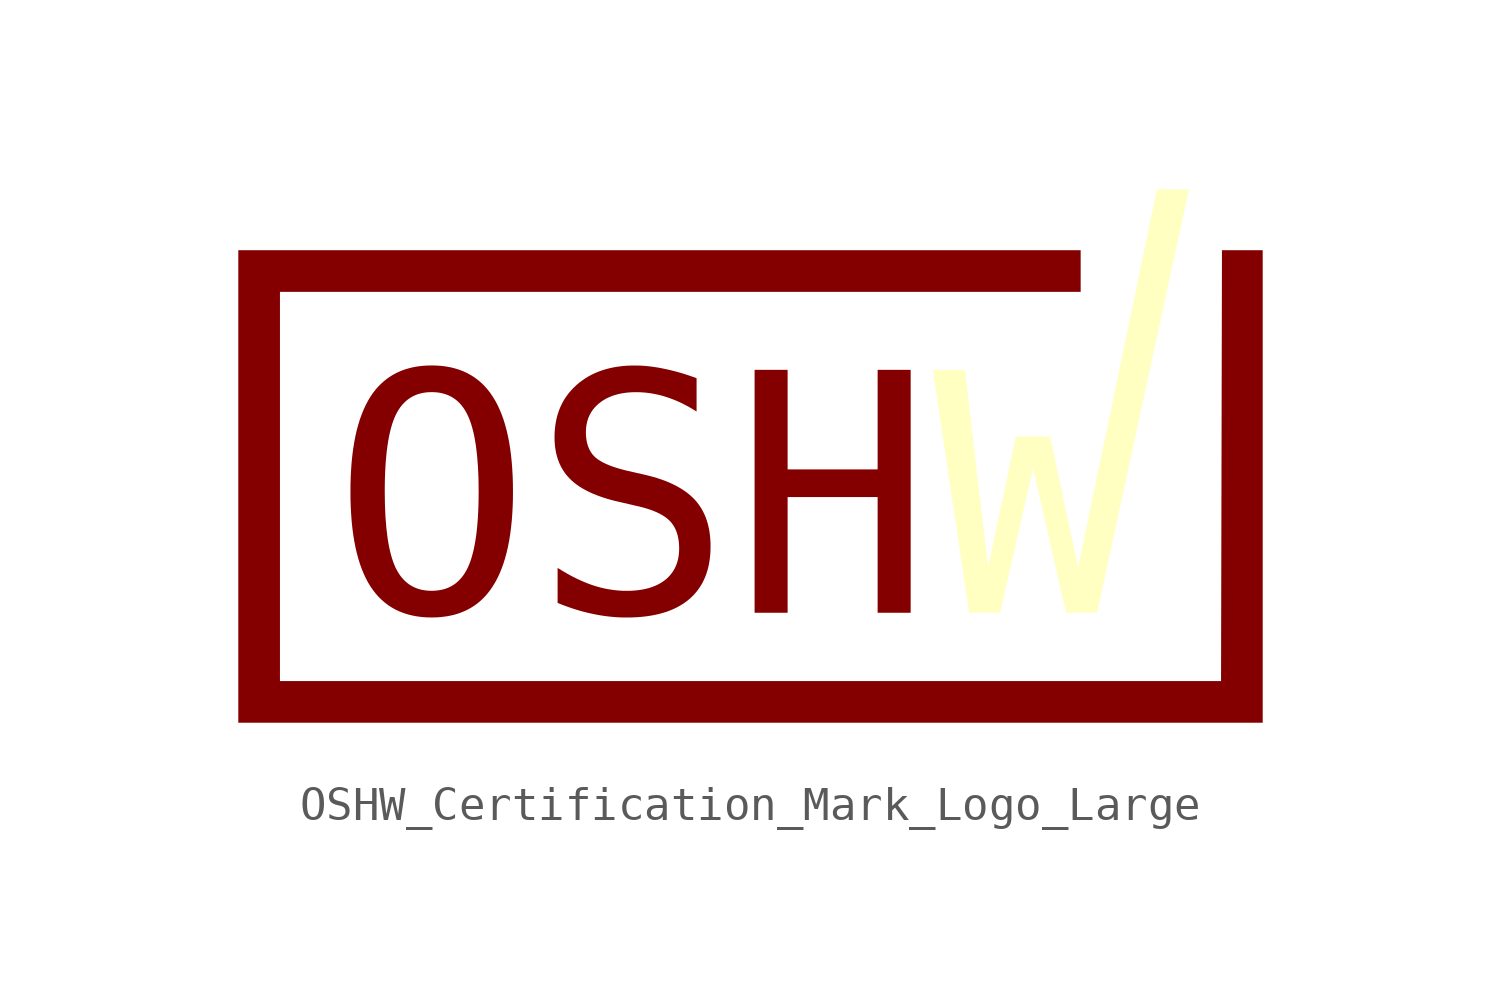
<source format=kicad_sym>
(kicad_symbol_lib
  (version 20220914)
  (generator kicad_symbol_editor)
  (symbol "OSHW_Certification_Mark_Logo_Large"
    (property "Reference" "LOGO"
      (at 0 0 0)
      (effects (font (size 1.27 1.27)) hide))
    (symbol "OSHW_Certification_Mark_Logo_Large_0_1"
      (polyline (pts (xy -6.956 -1.072) (xy -6.956 -1.072) (xy -6.956 -1.072)) (stroke (width -0.0001) (type default)) (fill (type background)))
      (polyline (pts (xy -1.579 2.248) (xy -1.579 2.248) (xy -1.579 2.248)) (stroke (width -0.0001) (type default)) (fill (type background)))
      (polyline (pts (xy 10.152 -4.622) (xy 9.242 -4.622) (xy 8.274 -0.396) (xy 7.312 -4.622) (xy 6.402 -4.622) (xy 5.339 2.492) (xy 6.278 2.492) (xy 6.959 -3.283) (xy 7.769 0.538) (xy 8.775 0.538) (xy 9.594 -3.293) (xy 11.902 7.778) (xy 12.841 7.778)) (stroke (width -0.0001) (type default)) (fill (type background))))
    (symbol "OSHW_Certification_Mark_Logo_Large_1_1"
      (polyline (pts (xy 15 -7.843) (xy -15 -7.843) (xy -15 5.995) (xy -15 5.995) (xy 9.669 5.995) (xy 9.669 4.775) (xy -13.78 4.775) (xy -13.78 -6.623) (xy 13.78 -6.623) (xy 13.807 5.995) (xy 15 5.995)) (stroke (width -0.0001) (type default)) (fill (type outline)))
      (polyline (pts (xy 1.087 -0.424) (xy 3.723 -0.424) (xy 3.723 2.492) (xy 4.69 2.492) (xy 4.69 -4.622) (xy 3.723 -4.622) (xy 3.723 -1.234) (xy 1.087 -1.234) (xy 1.087 -4.622) (xy 0.12 -4.622) (xy 0.12 2.492) (xy 1.087 2.492)) (stroke (width -0.0001) (type default)) (fill (type outline)))
      (polyline (pts (xy -9.19 2.617) (xy -9.047 2.607) (xy -8.908 2.589) (xy -8.774 2.564) (xy -8.645 2.531) (xy -8.521 2.492) (xy -8.402 2.446) (xy -8.288 2.392) (xy -8.178 2.331) (xy -8.073 2.263) (xy -7.973 2.188) (xy -7.878 2.106) (xy -7.788 2.017) (xy -7.703 1.92) (xy -7.622 1.817) (xy -7.547 1.706) (xy -7.475 1.588) (xy -7.408 1.462) (xy -7.346 1.329) (xy -7.288 1.189) (xy -7.235 1.042) (xy -7.187 0.886) (xy -7.143 0.724) (xy -7.104 0.554) (xy -7.069 0.377) (xy -7.039 0.192) (xy -7.014 -0.0003) (xy -6.993 -0.2) (xy -6.977 -0.407) (xy -6.965 -0.621) (xy -6.958 -0.843) (xy -6.956 -1.072) (xy -6.958 -1.301) (xy -6.965 -1.522) (xy -6.977 -1.736) (xy -6.993 -1.942) (xy -7.014 -2.141) (xy -7.039 -2.333) (xy -7.069 -2.518) (xy -7.104 -2.695) (xy -7.143 -2.864) (xy -7.187 -3.026) (xy -7.235 -3.181) (xy -7.288 -3.329) (xy -7.346 -3.469) (xy -7.408 -3.602) (xy -7.475 -3.727) (xy -7.547 -3.845) (xy -7.584 -3.902) (xy -7.622 -3.956) (xy -7.662 -4.009) (xy -7.703 -4.06) (xy -7.745 -4.109) (xy -7.788 -4.156) (xy -7.833 -4.202) (xy -7.878 -4.246) (xy -7.925 -4.288) (xy -7.973 -4.328) (xy -8.023 -4.366) (xy -8.073 -4.403) (xy -8.125 -4.438) (xy -8.178 -4.471) (xy -8.232 -4.502) (xy -8.288 -4.532) (xy -8.344 -4.559) (xy -8.402 -4.585) (xy -8.461 -4.609) (xy -8.521 -4.632) (xy -8.583 -4.652) (xy -8.645 -4.671) (xy -8.709 -4.688) (xy -8.774 -4.703) (xy -8.841 -4.716) (xy -8.908 -4.728) (xy -9.047 -4.746) (xy -9.19 -4.757) (xy -9.338 -4.76) (xy -9.487 -4.757) (xy -9.63 -4.746) (xy -9.769 -4.728) (xy -9.902 -4.703) (xy -10.031 -4.671) (xy -10.155 -4.632) (xy -10.275 -4.586) (xy -10.389 -4.533) (xy -10.499 -4.472) (xy -10.603 -4.405) (xy -10.703 -4.33) (xy -10.798 -4.248) (xy -10.889 -4.159) (xy -10.974 -4.063) (xy -11.054 -3.96) (xy -11.13 -3.85) (xy -11.201 -3.733) (xy -11.267 -3.608) (xy -11.329 -3.475) (xy -11.386 -3.335) (xy -11.439 -3.188) (xy -11.487 -3.033) (xy -11.531 -2.87) (xy -11.57 -2.7) (xy -11.604 -2.523) (xy -11.634 -2.338) (xy -11.659 -2.146) (xy -11.68 -1.946) (xy -11.695 -1.739) (xy -11.707 -1.524) (xy -11.714 -1.302) (xy -11.716 -1.072) (xy -10.711 -1.072) (xy -10.706 -1.449) (xy -10.691 -1.798) (xy -10.666 -2.119) (xy -10.631 -2.412) (xy -10.61 -2.549) (xy -10.586 -2.678) (xy -10.56 -2.8) (xy -10.531 -2.915) (xy -10.5 -3.024) (xy -10.466 -3.125) (xy -10.43 -3.219) (xy -10.392 -3.307) (xy -10.349 -3.388) (xy -10.327 -3.427) (xy -10.304 -3.464) (xy -10.28 -3.5) (xy -10.256 -3.535) (xy -10.23 -3.569) (xy -10.204 -3.601) (xy -10.177 -3.632) (xy -10.149 -3.661) (xy -10.121 -3.689) (xy -10.091 -3.716) (xy -10.061 -3.742) (xy -10.03 -3.766) (xy -9.999 -3.789) (xy -9.966 -3.811) (xy -9.933 -3.831) (xy -9.899 -3.85) (xy -9.864 -3.868) (xy -9.828 -3.884) (xy -9.792 -3.899) (xy -9.755 -3.913) (xy -9.716 -3.926) (xy -9.678 -3.937) (xy -9.638 -3.947) (xy -9.598 -3.955) (xy -9.556 -3.962) (xy -9.514 -3.968) (xy -9.472 -3.973) (xy -9.428 -3.976) (xy -9.338 -3.979) (xy -9.248 -3.976) (xy -9.161 -3.968) (xy -9.078 -3.955) (xy -8.997 -3.937) (xy -8.92 -3.914) (xy -8.846 -3.885) (xy -8.776 -3.851) (xy -8.708 -3.812) (xy -8.644 -3.768) (xy -8.583 -3.718) (xy -8.525 -3.663) (xy -8.471 -3.603) (xy -8.42 -3.538) (xy -8.372 -3.468) (xy -8.327 -3.392) (xy -8.285 -3.312) (xy -8.246 -3.224) (xy -8.209 -3.13) (xy -8.175 -3.028) (xy -8.144 -2.92) (xy -8.114 -2.804) (xy -8.088 -2.682) (xy -8.064 -2.552) (xy -8.042 -2.416) (xy -8.023 -2.272) (xy -8.007 -2.122) (xy -7.993 -1.964) (xy -7.982 -1.8) (xy -7.973 -1.628) (xy -7.966 -1.45) (xy -7.963 -1.264) (xy -7.961 -1.072) (xy -7.966 -0.694) (xy -7.982 -0.344) (xy -8.007 -0.022) (xy -8.042 0.272) (xy -8.064 0.408) (xy -8.088 0.538) (xy -8.114 0.66) (xy -8.144 0.776) (xy -8.175 0.884) (xy -8.209 0.986) (xy -8.246 1.08) (xy -8.285 1.167) (xy -8.327 1.249) (xy -8.349 1.288) (xy -8.372 1.325) (xy -8.395 1.361) (xy -8.42 1.396) (xy -8.445 1.429) (xy -8.471 1.462) (xy -8.498 1.492) (xy -8.525 1.522) (xy -8.554 1.55) (xy -8.583 1.577) (xy -8.613 1.603) (xy -8.644 1.627) (xy -8.676 1.65) (xy -8.708 1.671) (xy -8.742 1.692) (xy -8.776 1.711) (xy -8.811 1.728) (xy -8.846 1.745) (xy -8.883 1.76) (xy -8.92 1.774) (xy -8.958 1.786) (xy -8.997 1.797) (xy -9.037 1.807) (xy -9.078 1.816) (xy -9.119 1.823) (xy -9.161 1.829) (xy -9.204 1.833) (xy -9.248 1.837) (xy -9.338 1.839) (xy -9.428 1.837) (xy -9.514 1.829) (xy -9.598 1.816) (xy -9.678 1.797) (xy -9.755 1.774) (xy -9.828 1.745) (xy -9.899 1.711) (xy -9.966 1.671) (xy -10.03 1.627) (xy -10.091 1.577) (xy -10.149 1.522) (xy -10.204 1.462) (xy -10.256 1.396) (xy -10.304 1.325) (xy -10.349 1.249) (xy -10.392 1.167) (xy -10.43 1.08) (xy -10.466 0.986) (xy -10.5 0.884) (xy -10.531 0.776) (xy -10.56 0.66) (xy -10.586 0.538) (xy -10.61 0.408) (xy -10.631 0.272) (xy -10.65 0.128) (xy -10.666 -0.022) (xy -10.68 -0.18) (xy -10.691 -0.344) (xy -10.7 -0.516) (xy -10.706 -0.694) (xy -10.71 -0.88) (xy -10.711 -1.072) (xy -11.716 -1.072) (xy -11.716 -1.072) (xy -11.714 -0.843) (xy -11.707 -0.621) (xy -11.695 -0.407) (xy -11.68 -0.2) (xy -11.659 -0.0003) (xy -11.634 0.192) (xy -11.604 0.377) (xy -11.57 0.554) (xy -11.531 0.724) (xy -11.487 0.886) (xy -11.439 1.042) (xy -11.386 1.189) (xy -11.329 1.329) (xy -11.267 1.462) (xy -11.201 1.588) (xy -11.13 1.706) (xy -11.092 1.762) (xy -11.054 1.817) (xy -11.014 1.869) (xy -10.973 1.92) (xy -10.931 1.97) (xy -10.887 2.017) (xy -10.842 2.062) (xy -10.796 2.106) (xy -10.749 2.148) (xy -10.701 2.188) (xy -10.652 2.227) (xy -10.601 2.263) (xy -10.549 2.298) (xy -10.496 2.331) (xy -10.442 2.363) (xy -10.387 2.392) (xy -10.33 2.42) (xy -10.272 2.446) (xy -10.213 2.47) (xy -10.153 2.492) (xy -10.092 2.513) (xy -10.029 2.531) (xy -9.966 2.548) (xy -9.901 2.564) (xy -9.767 2.589) (xy -9.629 2.607) (xy -9.486 2.617) (xy -9.338 2.621)) (stroke (width -0.0001) (type default)) (fill (type outline)))
      (polyline (pts (xy -3.292 2.618) (xy -3.187 2.614) (xy -3.082 2.606) (xy -2.974 2.596) (xy -2.866 2.582) (xy -2.756 2.566) (xy -2.645 2.547) (xy -2.533 2.524) (xy -2.419 2.5) (xy -2.303 2.473) (xy -2.186 2.443) (xy -2.068 2.41) (xy -1.948 2.374) (xy -1.827 2.335) (xy -1.704 2.293) (xy -1.579 2.248) (xy -1.579 1.271) (xy -1.689 1.339) (xy -1.799 1.403) (xy -1.909 1.462) (xy -2.019 1.518) (xy -2.129 1.569) (xy -2.24 1.615) (xy -2.35 1.657) (xy -2.461 1.695) (xy -2.571 1.729) (xy -2.681 1.758) (xy -2.791 1.782) (xy -2.902 1.802) (xy -3.013 1.818) (xy -3.124 1.829) (xy -3.236 1.836) (xy -3.347 1.838) (xy -3.431 1.837) (xy -3.513 1.833) (xy -3.593 1.827) (xy -3.67 1.818) (xy -3.745 1.807) (xy -3.818 1.793) (xy -3.889 1.777) (xy -3.957 1.758) (xy -4.023 1.737) (xy -4.087 1.713) (xy -4.149 1.687) (xy -4.209 1.659) (xy -4.266 1.627) (xy -4.321 1.594) (xy -4.374 1.558) (xy -4.424 1.519) (xy -4.472 1.479) (xy -4.517 1.437) (xy -4.559 1.393) (xy -4.597 1.348) (xy -4.633 1.3) (xy -4.665 1.252) (xy -4.694 1.201) (xy -4.721 1.148) (xy -4.744 1.094) (xy -4.764 1.038) (xy -4.781 0.981) (xy -4.795 0.921) (xy -4.806 0.86) (xy -4.814 0.797) (xy -4.818 0.732) (xy -4.82 0.666) (xy -4.819 0.608) (xy -4.816 0.551) (xy -4.811 0.497) (xy -4.804 0.444) (xy -4.795 0.393) (xy -4.784 0.344) (xy -4.77 0.296) (xy -4.755 0.25) (xy -4.738 0.206) (xy -4.719 0.164) (xy -4.698 0.123) (xy -4.675 0.084) (xy -4.65 0.047) (xy -4.623 0.012) (xy -4.593 -0.022) (xy -4.562 -0.054) (xy -4.528 -0.084) (xy -4.49 -0.114) (xy -4.448 -0.144) (xy -4.403 -0.172) (xy -4.355 -0.201) (xy -4.303 -0.228) (xy -4.247 -0.255) (xy -4.188 -0.281) (xy -4.126 -0.307) (xy -4.06 -0.332) (xy -3.99 -0.356) (xy -3.917 -0.38) (xy -3.841 -0.403) (xy -3.761 -0.425) (xy -3.677 -0.447) (xy -3.59 -0.468) (xy -3.085 -0.583) (xy -2.962 -0.613) (xy -2.844 -0.645) (xy -2.729 -0.679) (xy -2.619 -0.716) (xy -2.513 -0.754) (xy -2.411 -0.795) (xy -2.314 -0.838) (xy -2.22 -0.883) (xy -2.131 -0.93) (xy -2.047 -0.979) (xy -1.966 -1.03) (xy -1.89 -1.083) (xy -1.818 -1.138) (xy -1.75 -1.196) (xy -1.687 -1.255) (xy -1.627 -1.316) (xy -1.572 -1.38) (xy -1.52 -1.447) (xy -1.472 -1.517) (xy -1.427 -1.589) (xy -1.386 -1.664) (xy -1.348 -1.742) (xy -1.314 -1.823) (xy -1.284 -1.907) (xy -1.257 -1.994) (xy -1.234 -2.083) (xy -1.214 -2.175) (xy -1.198 -2.271) (xy -1.186 -2.369) (xy -1.177 -2.469) (xy -1.171 -2.573) (xy -1.17 -2.679) (xy -1.172 -2.804) (xy -1.179 -2.925) (xy -1.192 -3.043) (xy -1.209 -3.156) (xy -1.231 -3.267) (xy -1.258 -3.373) (xy -1.29 -3.475) (xy -1.327 -3.574) (xy -1.369 -3.669) (xy -1.415 -3.76) (xy -1.467 -3.847) (xy -1.524 -3.931) (xy -1.585 -4.011) (xy -1.651 -4.087) (xy -1.722 -4.159) (xy -1.799 -4.228) (xy -1.879 -4.292) (xy -1.965 -4.353) (xy -2.055 -4.409) (xy -2.149 -4.461) (xy -2.248 -4.509) (xy -2.351 -4.553) (xy -2.458 -4.593) (xy -2.571 -4.628) (xy -2.687 -4.659) (xy -2.808 -4.686) (xy -2.934 -4.709) (xy -3.064 -4.728) (xy -3.198 -4.743) (xy -3.337 -4.753) (xy -3.481 -4.759) (xy -3.628 -4.761) (xy -3.754 -4.76) (xy -3.879 -4.755) (xy -4.004 -4.746) (xy -4.13 -4.734) (xy -4.256 -4.719) (xy -4.382 -4.7) (xy -4.508 -4.678) (xy -4.634 -4.652) (xy -4.76 -4.624) (xy -4.887 -4.593) (xy -5.013 -4.558) (xy -5.14 -4.52) (xy -5.267 -4.478) (xy -5.394 -4.433) (xy -5.521 -4.385) (xy -5.649 -4.333) (xy -5.649 -3.308) (xy -5.513 -3.392) (xy -5.379 -3.47) (xy -5.247 -3.543) (xy -5.116 -3.61) (xy -4.988 -3.67) (xy -4.862 -3.725) (xy -4.737 -3.775) (xy -4.615 -3.818) (xy -4.492 -3.856) (xy -4.369 -3.889) (xy -4.246 -3.917) (xy -4.123 -3.939) (xy -3.999 -3.957) (xy -3.876 -3.97) (xy -3.752 -3.978) (xy -3.628 -3.98) (xy -3.539 -3.979) (xy -3.451 -3.975) (xy -3.366 -3.969) (xy -3.284 -3.96) (xy -3.204 -3.948) (xy -3.127 -3.934) (xy -3.053 -3.918) (xy -2.98 -3.899) (xy -2.911 -3.877) (xy -2.844 -3.853) (xy -2.779 -3.827) (xy -2.717 -3.798) (xy -2.658 -3.766) (xy -2.601 -3.732) (xy -2.546 -3.695) (xy -2.494 -3.656) (xy -2.445 -3.614) (xy -2.399 -3.57) (xy -2.357 -3.524) (xy -2.317 -3.475) (xy -2.281 -3.425) (xy -2.248 -3.373) (xy -2.217 -3.319) (xy -2.191 -3.263) (xy -2.167 -3.205) (xy -2.146 -3.144) (xy -2.129 -3.082) (xy -2.115 -3.018) (xy -2.104 -2.952) (xy -2.096 -2.884) (xy -2.091 -2.813) (xy -2.089 -2.741) (xy -2.091 -2.675) (xy -2.094 -2.612) (xy -2.099 -2.55) (xy -2.107 -2.49) (xy -2.117 -2.432) (xy -2.129 -2.376) (xy -2.143 -2.322) (xy -2.16 -2.271) (xy -2.178 -2.221) (xy -2.199 -2.173) (xy -2.222 -2.127) (xy -2.248 -2.083) (xy -2.275 -2.041) (xy -2.305 -2.001) (xy -2.336 -1.962) (xy -2.37 -1.926) (xy -2.407 -1.892) (xy -2.446 -1.858) (xy -2.489 -1.825) (xy -2.535 -1.794) (xy -2.584 -1.763) (xy -2.636 -1.734) (xy -2.692 -1.705) (xy -2.751 -1.677) (xy -2.813 -1.651) (xy -2.878 -1.625) (xy -2.946 -1.601) (xy -3.018 -1.577) (xy -3.093 -1.554) (xy -3.171 -1.533) (xy -3.253 -1.512) (xy -3.338 -1.493) (xy -3.852 -1.373) (xy -3.974 -1.345) (xy -4.092 -1.314) (xy -4.205 -1.282) (xy -4.314 -1.247) (xy -4.419 -1.211) (xy -4.519 -1.173) (xy -4.616 -1.134) (xy -4.708 -1.092) (xy -4.795 -1.049) (xy -4.879 -1.004) (xy -4.958 -0.958) (xy -5.034 -0.909) (xy -5.104 -0.859) (xy -5.171 -0.806) (xy -5.233 -0.753) (xy -5.291 -0.697) (xy -5.346 -0.639) (xy -5.396 -0.579) (xy -5.444 -0.516) (xy -5.487 -0.451) (xy -5.528 -0.384) (xy -5.564 -0.314) (xy -5.598 -0.241) (xy -5.627 -0.167) (xy -5.654 -0.09) (xy -5.676 -0.01) (xy -5.696 0.072) (xy -5.711 0.156) (xy -5.724 0.243) (xy -5.732 0.332) (xy -5.738 0.424) (xy -5.739 0.518) (xy -5.737 0.636) (xy -5.729 0.75) (xy -5.717 0.862) (xy -5.699 0.971) (xy -5.677 1.077) (xy -5.65 1.179) (xy -5.617 1.279) (xy -5.58 1.376) (xy -5.537 1.47) (xy -5.49 1.56) (xy -5.438 1.648) (xy -5.38 1.733) (xy -5.318 1.815) (xy -5.25 1.894) (xy -5.178 1.97) (xy -5.101 2.043) (xy -5.019 2.113) (xy -4.933 2.178) (xy -4.845 2.239) (xy -4.753 2.295) (xy -4.658 2.347) (xy -4.559 2.394) (xy -4.458 2.437) (xy -4.353 2.475) (xy -4.244 2.509) (xy -4.133 2.538) (xy -4.018 2.563) (xy -3.9 2.583) (xy -3.779 2.599) (xy -3.654 2.611) (xy -3.526 2.617) (xy -3.395 2.619)) (stroke (width -0.0001) (type default)) (fill (type outline))))))
</source>
